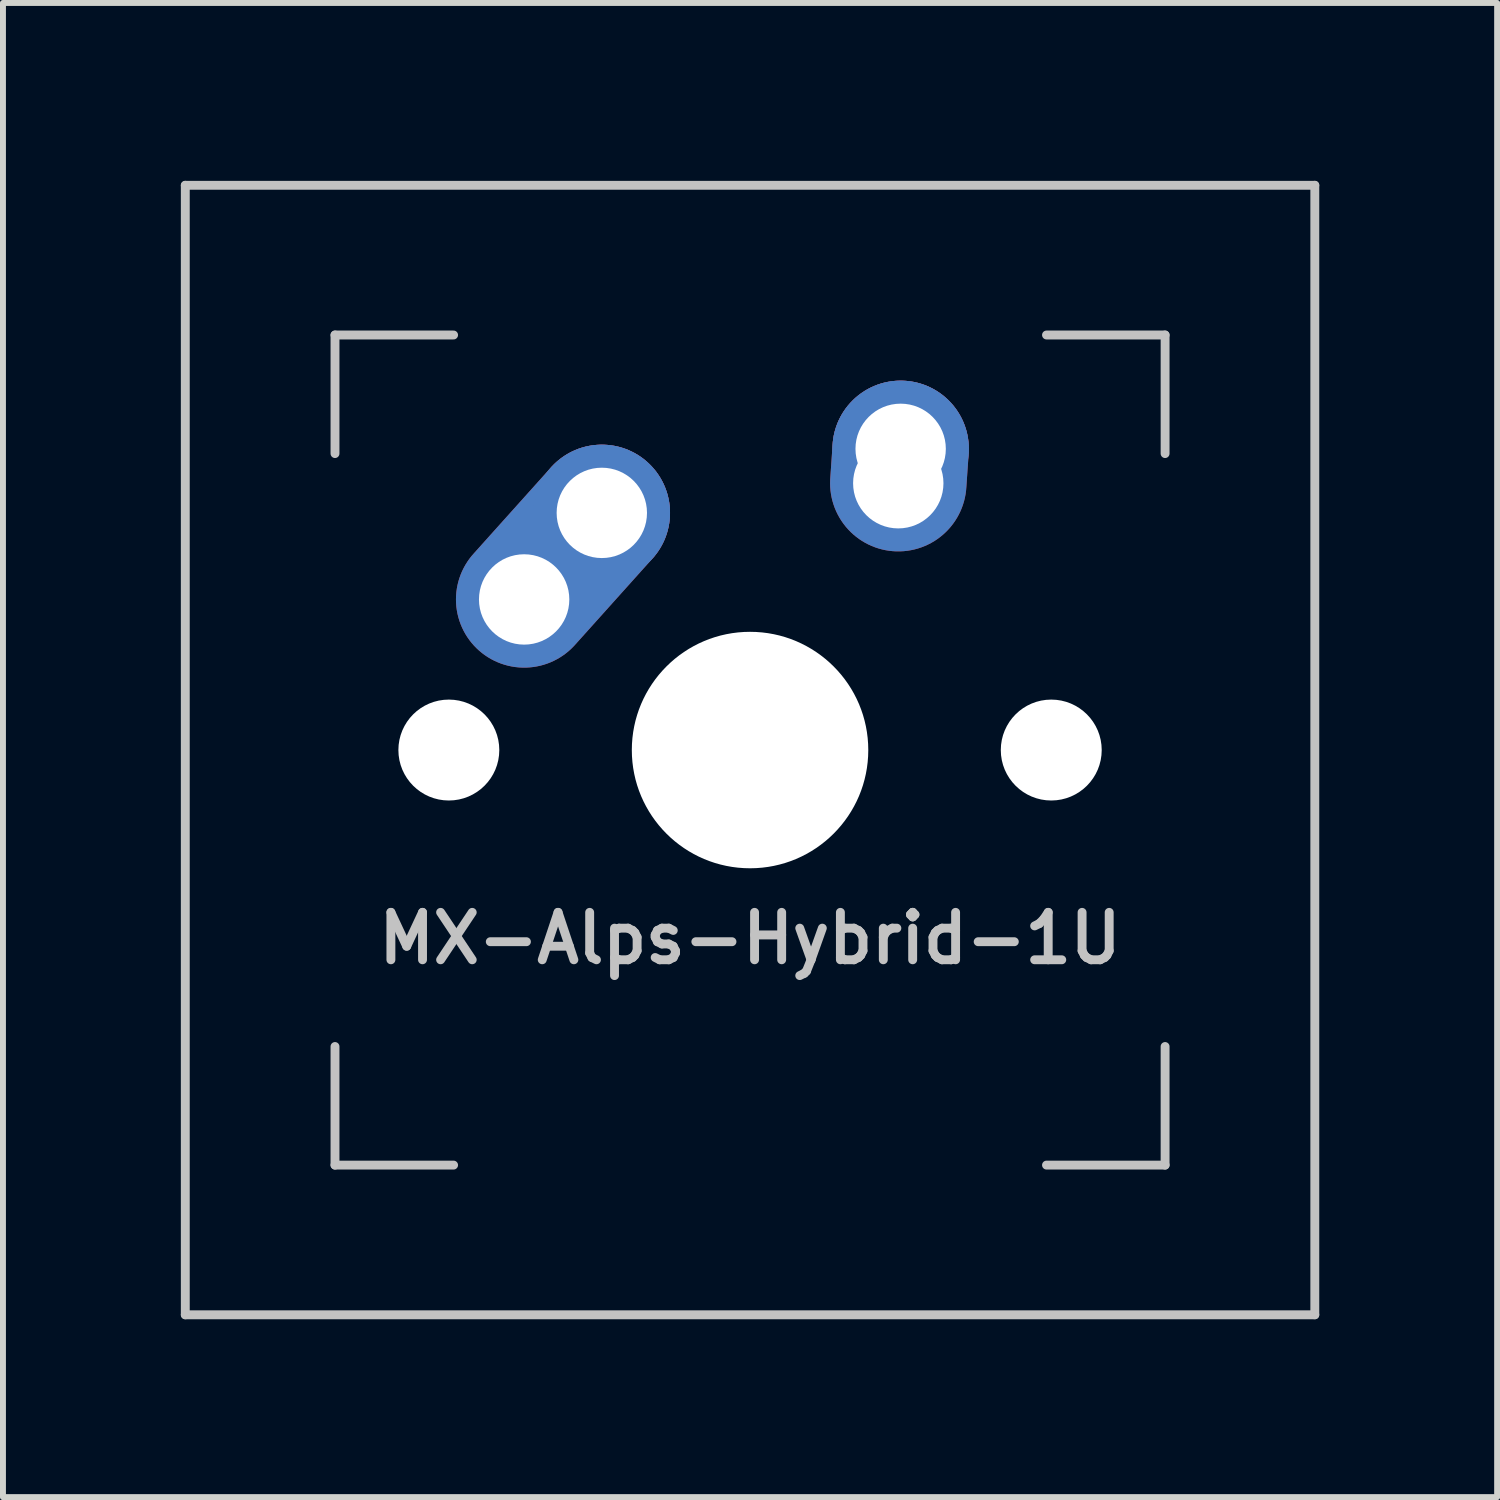
<source format=kicad_pcb>
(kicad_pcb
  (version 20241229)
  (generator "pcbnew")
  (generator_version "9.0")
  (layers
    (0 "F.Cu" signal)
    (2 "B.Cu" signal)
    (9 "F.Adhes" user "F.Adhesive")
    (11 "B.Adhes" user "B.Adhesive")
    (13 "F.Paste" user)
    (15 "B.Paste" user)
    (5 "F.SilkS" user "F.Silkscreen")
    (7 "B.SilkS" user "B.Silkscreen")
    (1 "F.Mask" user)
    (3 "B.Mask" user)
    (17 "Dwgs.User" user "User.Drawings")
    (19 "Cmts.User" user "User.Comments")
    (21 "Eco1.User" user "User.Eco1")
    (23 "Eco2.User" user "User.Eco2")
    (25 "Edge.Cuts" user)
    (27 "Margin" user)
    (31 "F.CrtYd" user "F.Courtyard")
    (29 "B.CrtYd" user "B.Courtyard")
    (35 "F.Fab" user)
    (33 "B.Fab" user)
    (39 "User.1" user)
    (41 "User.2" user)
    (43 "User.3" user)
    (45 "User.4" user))
  (footprint "MX-Alps-Hybrid-1U"
    (layer "F.Cu")
    (at 9.6 9.6)
    (property "Reference" "MX-Alps-Hybrid-1U" (at 0 3.175 0) (layer "Dwgs.User") (effects (font (size 0.8 0.8) (thickness 0.15))))
    (attr through_hole)
    (fp_line (start -9.525 9.525) (end -9.525 -9.525) (stroke (width 0.15) (type solid)) (layer "Dwgs.User"))
    (fp_line (start -7 -7) (end -7 -5) (stroke (width 0.15) (type solid)) (layer "Dwgs.User"))
    (fp_line (start -7 5) (end -7 7) (stroke (width 0.15) (type solid)) (layer "Dwgs.User"))
    (fp_line (start -7 7) (end -5 7) (stroke (width 0.15) (type solid)) (layer "Dwgs.User"))
    (fp_line (start -5 -7) (end -7 -7) (stroke (width 0.15) (type solid)) (layer "Dwgs.User"))
    (fp_line (start 5 -7) (end 7 -7) (stroke (width 0.15) (type solid)) (layer "Dwgs.User"))
    (fp_line (start 5 7) (end 7 7) (stroke (width 0.15) (type solid)) (layer "Dwgs.User"))
    (fp_line (start 7 -7) (end 7 -5) (stroke (width 0.15) (type solid)) (layer "Dwgs.User"))
    (fp_line (start 7 7) (end 7 5) (stroke (width 0.15) (type solid)) (layer "Dwgs.User"))
    (fp_line (start 9.525 -9.525) (end -9.525 -9.525) (stroke (width 0.15) (type solid)) (layer "Dwgs.User"))
    (fp_line (start 9.525 9.525) (end -9.525 9.525) (stroke (width 0.15) (type solid)) (layer "Dwgs.User"))
    (fp_line (start 9.525 9.525) (end 9.525 -9.525) (stroke (width 0.15) (type solid)) (layer "Dwgs.User"))
    (pad "" np_thru_hole circle (at -5.08 0 48.099) (size 1.702 1.702) (drill 1.702) (layers "*.Cu" "*.Mask"))
    (pad "" np_thru_hole circle (at 0 0) (size 3.988 3.988) (drill 3.988) (layers "*.Cu" "*.Mask"))
    (pad "" np_thru_hole circle (at 5.08 0 48.099) (size 1.702 1.702) (drill 1.702) (layers "*.Cu" "*.Mask"))
    (pad "1" thru_hole oval (at -3.81 -2.54 48.099) (size 4.262 2.3) (drill 1.524 (offset 0.981 0)) (layers "*.Cu" "B.Mask"))
    (pad "1" thru_hole circle (at -2.5 -4) (size 2.3 2.3) (drill 1.524) (layers "*.Cu" "B.Mask"))
    (pad "2" thru_hole oval (at 2.5 -4.5 86.054) (size 2.881 2.3) (drill 1.524 (offset 0.291 0)) (layers "*.Cu" "B.Mask"))
    (pad "2" thru_hole circle (at 2.54 -5.08) (size 2.3 2.3) (drill 1.524) (layers "*.Cu" "B.Mask")))
  (gr_rect
    (start -3 -3)
    (end 22.2 22.2)
    (stroke (width 0.1) (type default))
    (fill no)
    (layer "Edge.Cuts")))
</source>
